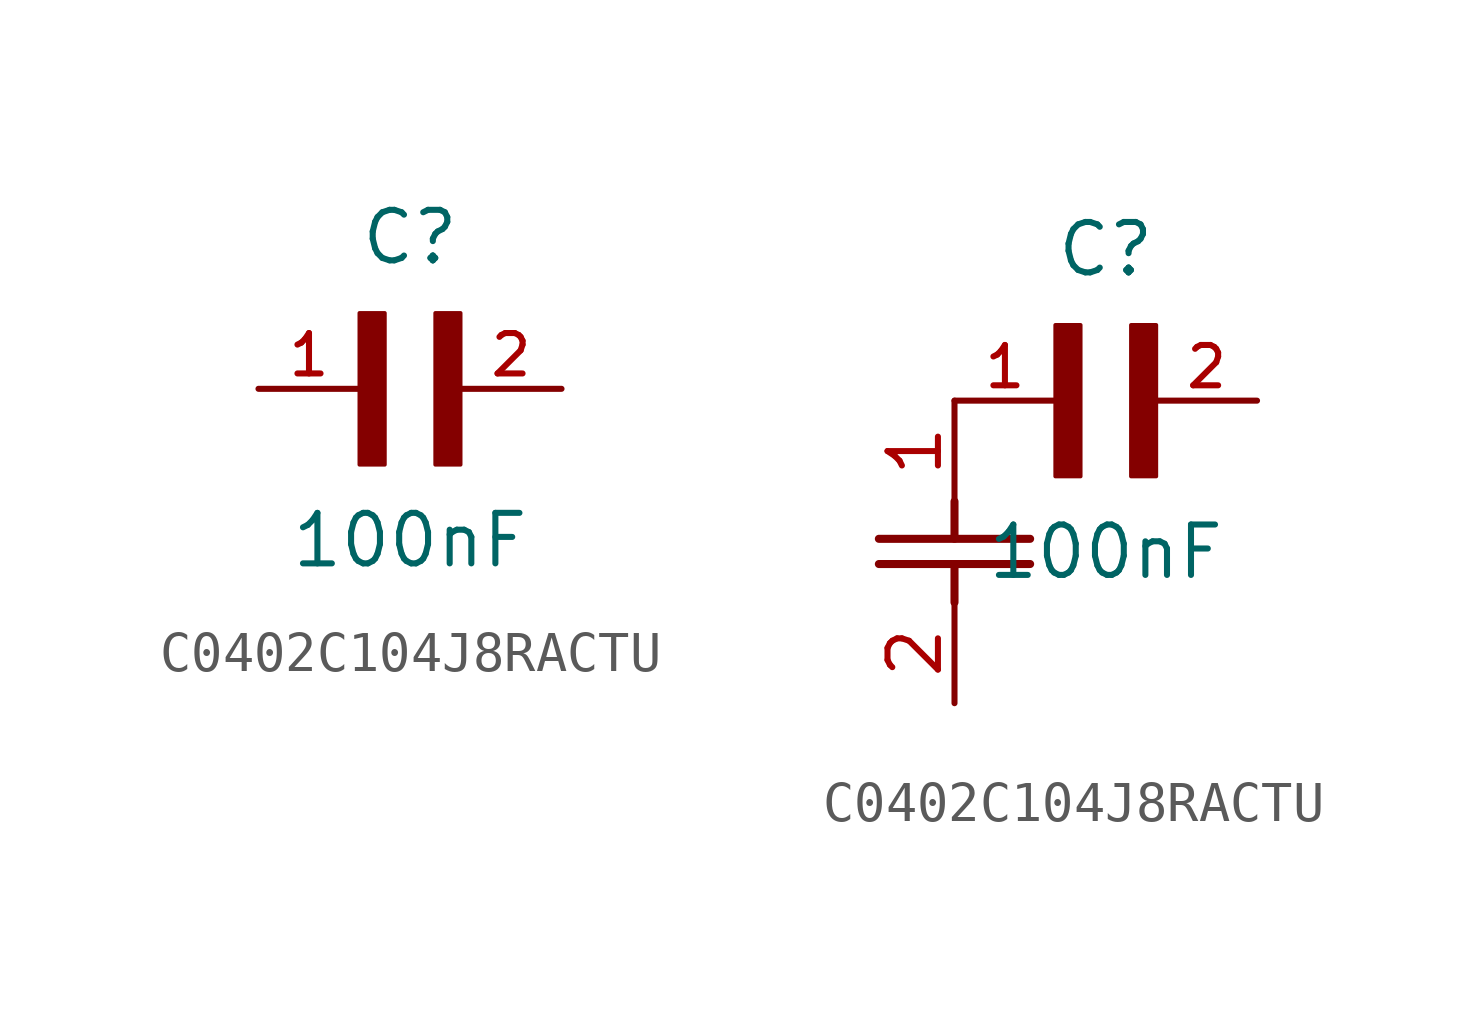
<source format=kicad_sym>
(kicad_symbol_lib
  (version 20241209)
  (generator "kicad_symbol_editor")
  (generator_version "9.0")
  (symbol "C0402C104J8RACTU"
    (pin_names
      (offset 0.254))
    (property "Reference" "C"
      (at 3.81 3.81 0)
      (effects (font (size 1.27 1.27))))
    (property "Value" "100nF"
      (at 3.81 -3.81 0)
      (effects (font (size 1.27 1.27))))
    (symbol "C0402C104J8RACTU_0_0"
      (rectangle (start 2.54 -1.907) (end 3.175 1.905) (stroke (width 0.1) (type default)) (fill (type outline)))
      (rectangle (start 4.447 -1.907) (end 5.08 1.905) (stroke (width 0.1) (type default)) (fill (type outline)))
      (pin passive line (at 0 0 0) (length 2.54) (name "~" (effects (font (size 1.016 1.016)))) (number "1" (effects (font (size 1.016 1.016)))))
      (pin passive line (at 7.62 0 180) (length 2.54) (name "~" (effects (font (size 1.016 1.016)))) (number "2" (effects (font (size 1.016 1.016))))))
    (symbol "C0402C104J8RACTU_1_2"
      (polyline (pts (xy -1.905 -3.48) (xy 1.905 -3.48)) (stroke (width 0.203) (type default)) (fill (type none)))
      (polyline (pts (xy -1.905 -4.115) (xy 1.905 -4.115)) (stroke (width 0.203) (type default)) (fill (type none)))
      (polyline (pts (xy 0 -2.54) (xy 0 -3.48)) (stroke (width 0.203) (type default)) (fill (type none)))
      (polyline (pts (xy 0 -4.115) (xy 0 -5.08)) (stroke (width 0.203) (type default)) (fill (type none)))
      (pin unspecified line (at 0 0 270) (length 2.54) (name "" (effects (font (size 1.27 1.27)))) (number "1" (effects (font (size 1.27 1.27)))))
      (pin unspecified line (at 0 -7.62 90) (length 2.54) (name "" (effects (font (size 1.27 1.27)))) (number "2" (effects (font (size 1.27 1.27))))))))
</source>
